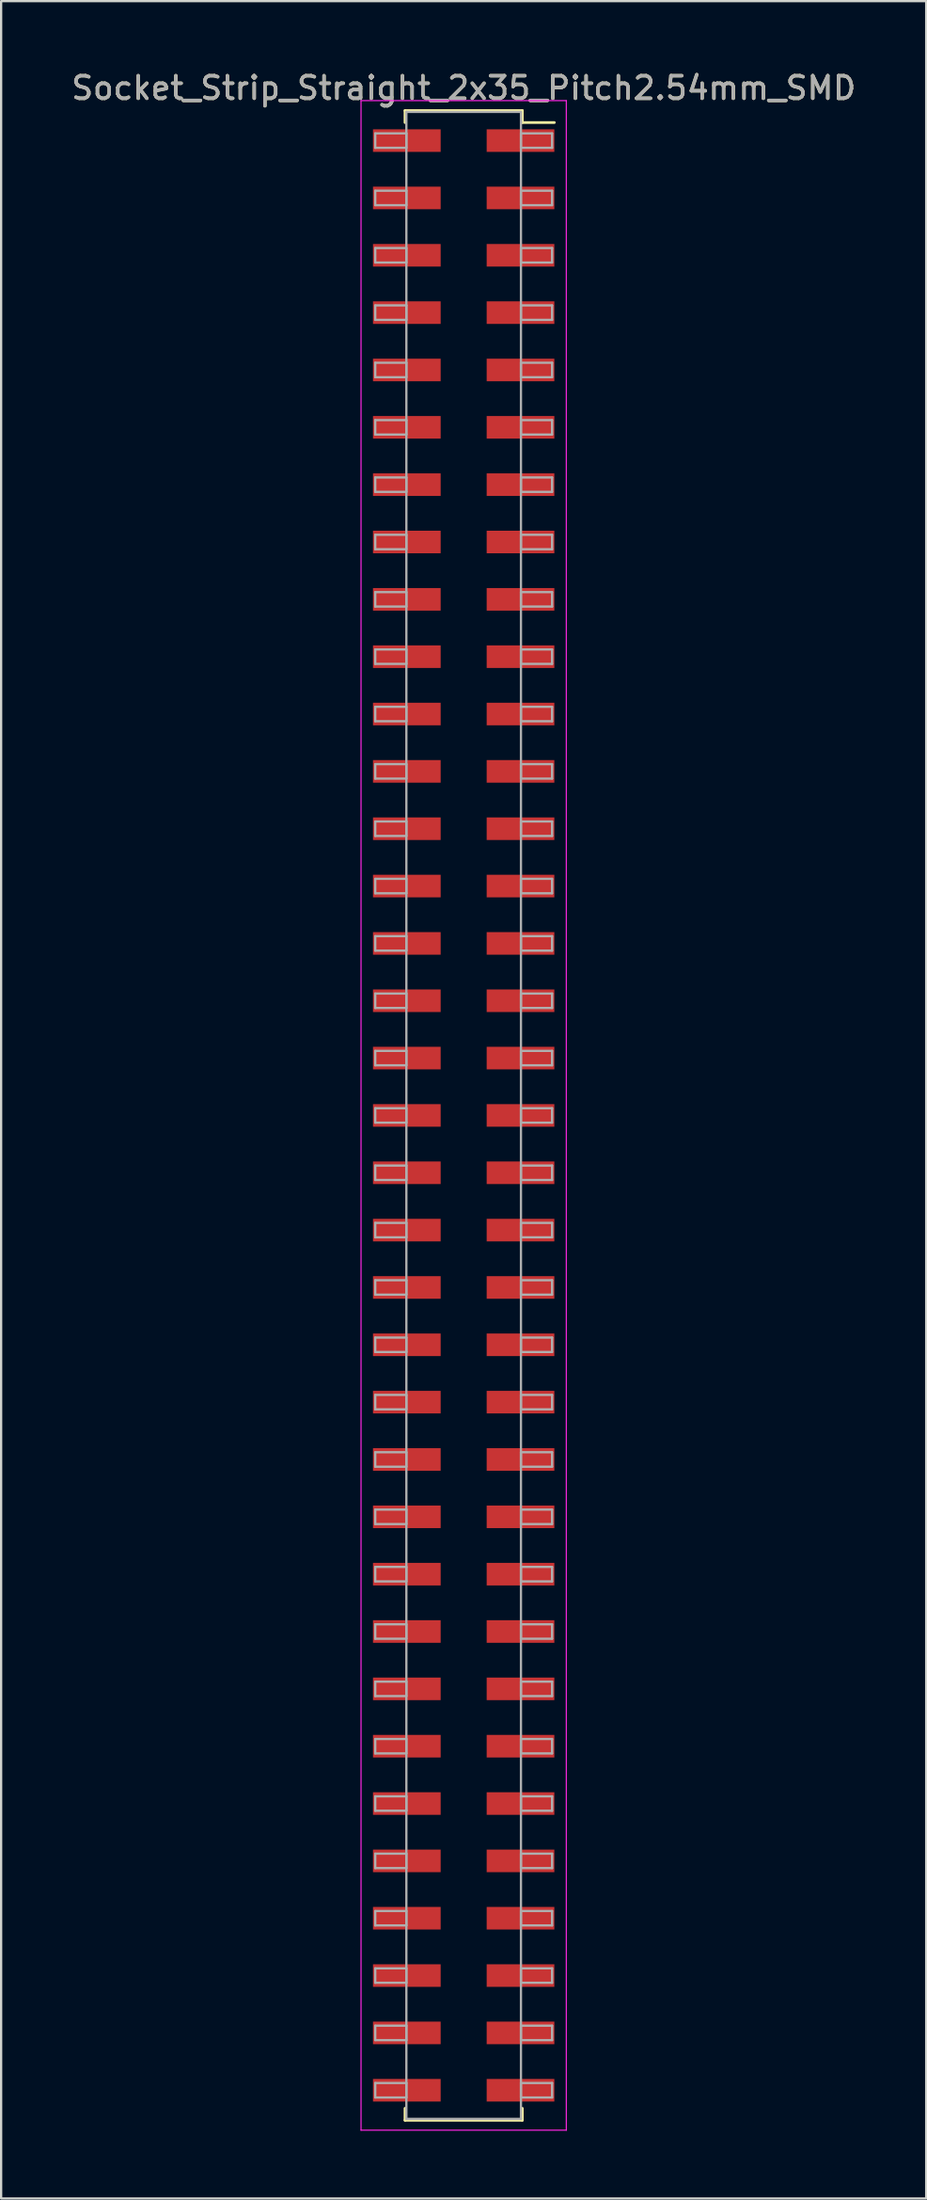
<source format=kicad_pcb>
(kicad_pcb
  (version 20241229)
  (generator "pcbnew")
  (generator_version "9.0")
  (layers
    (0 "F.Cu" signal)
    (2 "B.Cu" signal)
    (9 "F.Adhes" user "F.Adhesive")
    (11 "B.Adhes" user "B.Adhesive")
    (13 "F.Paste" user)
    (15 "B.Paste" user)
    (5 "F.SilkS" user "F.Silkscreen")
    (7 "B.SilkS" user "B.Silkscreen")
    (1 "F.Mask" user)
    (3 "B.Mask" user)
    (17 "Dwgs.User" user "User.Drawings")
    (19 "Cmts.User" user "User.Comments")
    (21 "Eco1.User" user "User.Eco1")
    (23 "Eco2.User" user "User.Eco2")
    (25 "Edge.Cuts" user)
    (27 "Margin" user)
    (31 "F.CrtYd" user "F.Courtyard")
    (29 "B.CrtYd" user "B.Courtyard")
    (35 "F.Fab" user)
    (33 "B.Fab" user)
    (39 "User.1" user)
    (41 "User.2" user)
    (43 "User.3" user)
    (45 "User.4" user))
  (footprint "Socket_Strip_Straight_2x35_Pitch2.54mm_SMD"
    (layer "F.Cu")
    (at 17.506 46.358)
    (property "Reference" "Socket_Strip_Straight_2x35_Pitch2.54mm_SMD" (at 0 -45.51 0) (layer "F.SilkS") (effects (font (size 1 1) (thickness 0.15))))
    (attr smd)
    (fp_line (start -2.6 -44.51) (end 2.6 -44.51) (stroke (width 0.12) (type solid)) (layer "F.SilkS"))
    (fp_line (start -2.6 -43.98) (end -2.6 -44.51) (stroke (width 0.12) (type solid)) (layer "F.SilkS"))
    (fp_line (start -2.6 43.98) (end -2.6 44.51) (stroke (width 0.12) (type solid)) (layer "F.SilkS"))
    (fp_line (start -2.6 44.51) (end 2.6 44.51) (stroke (width 0.12) (type solid)) (layer "F.SilkS"))
    (fp_line (start 2.6 -44.51) (end 2.6 -43.98) (stroke (width 0.12) (type solid)) (layer "F.SilkS"))
    (fp_line (start 2.6 44.51) (end 2.6 43.98) (stroke (width 0.12) (type solid)) (layer "F.SilkS"))
    (fp_line (start 4.02 -43.98) (end 2.6 -43.98) (stroke (width 0.12) (type solid)) (layer "F.SilkS"))
    (fp_line (start -4.55 -44.95) (end -4.55 44.95) (stroke (width 0.05) (type solid)) (layer "F.CrtYd"))
    (fp_line (start -4.55 44.95) (end 4.55 44.95) (stroke (width 0.05) (type solid)) (layer "F.CrtYd"))
    (fp_line (start 4.55 -44.95) (end -4.55 -44.95) (stroke (width 0.05) (type solid)) (layer "F.CrtYd"))
    (fp_line (start 4.55 44.95) (end 4.55 -44.95) (stroke (width 0.05) (type solid)) (layer "F.CrtYd"))
    (fp_line (start -3.92 -43.5) (end -2.54 -43.5) (stroke (width 0.1) (type solid)) (layer "F.Fab"))
    (fp_line (start -3.92 -42.86) (end -3.92 -43.5) (stroke (width 0.1) (type solid)) (layer "F.Fab"))
    (fp_line (start -3.92 -40.96) (end -2.54 -40.96) (stroke (width 0.1) (type solid)) (layer "F.Fab"))
    (fp_line (start -3.92 -40.32) (end -3.92 -40.96) (stroke (width 0.1) (type solid)) (layer "F.Fab"))
    (fp_line (start -3.92 -38.42) (end -2.54 -38.42) (stroke (width 0.1) (type solid)) (layer "F.Fab"))
    (fp_line (start -3.92 -37.78) (end -3.92 -38.42) (stroke (width 0.1) (type solid)) (layer "F.Fab"))
    (fp_line (start -3.92 -35.88) (end -2.54 -35.88) (stroke (width 0.1) (type solid)) (layer "F.Fab"))
    (fp_line (start -3.92 -35.24) (end -3.92 -35.88) (stroke (width 0.1) (type solid)) (layer "F.Fab"))
    (fp_line (start -3.92 -33.34) (end -2.54 -33.34) (stroke (width 0.1) (type solid)) (layer "F.Fab"))
    (fp_line (start -3.92 -32.7) (end -3.92 -33.34) (stroke (width 0.1) (type solid)) (layer "F.Fab"))
    (fp_line (start -3.92 -30.8) (end -2.54 -30.8) (stroke (width 0.1) (type solid)) (layer "F.Fab"))
    (fp_line (start -3.92 -30.16) (end -3.92 -30.8) (stroke (width 0.1) (type solid)) (layer "F.Fab"))
    (fp_line (start -3.92 -28.26) (end -2.54 -28.26) (stroke (width 0.1) (type solid)) (layer "F.Fab"))
    (fp_line (start -3.92 -27.62) (end -3.92 -28.26) (stroke (width 0.1) (type solid)) (layer "F.Fab"))
    (fp_line (start -3.92 -25.72) (end -2.54 -25.72) (stroke (width 0.1) (type solid)) (layer "F.Fab"))
    (fp_line (start -3.92 -25.08) (end -3.92 -25.72) (stroke (width 0.1) (type solid)) (layer "F.Fab"))
    (fp_line (start -3.92 -23.18) (end -2.54 -23.18) (stroke (width 0.1) (type solid)) (layer "F.Fab"))
    (fp_line (start -3.92 -22.54) (end -3.92 -23.18) (stroke (width 0.1) (type solid)) (layer "F.Fab"))
    (fp_line (start -3.92 -20.64) (end -2.54 -20.64) (stroke (width 0.1) (type solid)) (layer "F.Fab"))
    (fp_line (start -3.92 -20) (end -3.92 -20.64) (stroke (width 0.1) (type solid)) (layer "F.Fab"))
    (fp_line (start -3.92 -18.1) (end -2.54 -18.1) (stroke (width 0.1) (type solid)) (layer "F.Fab"))
    (fp_line (start -3.92 -17.46) (end -3.92 -18.1) (stroke (width 0.1) (type solid)) (layer "F.Fab"))
    (fp_line (start -3.92 -15.56) (end -2.54 -15.56) (stroke (width 0.1) (type solid)) (layer "F.Fab"))
    (fp_line (start -3.92 -14.92) (end -3.92 -15.56) (stroke (width 0.1) (type solid)) (layer "F.Fab"))
    (fp_line (start -3.92 -13.02) (end -2.54 -13.02) (stroke (width 0.1) (type solid)) (layer "F.Fab"))
    (fp_line (start -3.92 -12.38) (end -3.92 -13.02) (stroke (width 0.1) (type solid)) (layer "F.Fab"))
    (fp_line (start -3.92 -10.48) (end -2.54 -10.48) (stroke (width 0.1) (type solid)) (layer "F.Fab"))
    (fp_line (start -3.92 -9.84) (end -3.92 -10.48) (stroke (width 0.1) (type solid)) (layer "F.Fab"))
    (fp_line (start -3.92 -7.94) (end -2.54 -7.94) (stroke (width 0.1) (type solid)) (layer "F.Fab"))
    (fp_line (start -3.92 -7.3) (end -3.92 -7.94) (stroke (width 0.1) (type solid)) (layer "F.Fab"))
    (fp_line (start -3.92 -5.4) (end -2.54 -5.4) (stroke (width 0.1) (type solid)) (layer "F.Fab"))
    (fp_line (start -3.92 -4.76) (end -3.92 -5.4) (stroke (width 0.1) (type solid)) (layer "F.Fab"))
    (fp_line (start -3.92 -2.86) (end -2.54 -2.86) (stroke (width 0.1) (type solid)) (layer "F.Fab"))
    (fp_line (start -3.92 -2.22) (end -3.92 -2.86) (stroke (width 0.1) (type solid)) (layer "F.Fab"))
    (fp_line (start -3.92 -0.32) (end -2.54 -0.32) (stroke (width 0.1) (type solid)) (layer "F.Fab"))
    (fp_line (start -3.92 0.32) (end -3.92 -0.32) (stroke (width 0.1) (type solid)) (layer "F.Fab"))
    (fp_line (start -3.92 2.22) (end -2.54 2.22) (stroke (width 0.1) (type solid)) (layer "F.Fab"))
    (fp_line (start -3.92 2.86) (end -3.92 2.22) (stroke (width 0.1) (type solid)) (layer "F.Fab"))
    (fp_line (start -3.92 4.76) (end -2.54 4.76) (stroke (width 0.1) (type solid)) (layer "F.Fab"))
    (fp_line (start -3.92 5.4) (end -3.92 4.76) (stroke (width 0.1) (type solid)) (layer "F.Fab"))
    (fp_line (start -3.92 7.3) (end -2.54 7.3) (stroke (width 0.1) (type solid)) (layer "F.Fab"))
    (fp_line (start -3.92 7.94) (end -3.92 7.3) (stroke (width 0.1) (type solid)) (layer "F.Fab"))
    (fp_line (start -3.92 9.84) (end -2.54 9.84) (stroke (width 0.1) (type solid)) (layer "F.Fab"))
    (fp_line (start -3.92 10.48) (end -3.92 9.84) (stroke (width 0.1) (type solid)) (layer "F.Fab"))
    (fp_line (start -3.92 12.38) (end -2.54 12.38) (stroke (width 0.1) (type solid)) (layer "F.Fab"))
    (fp_line (start -3.92 13.02) (end -3.92 12.38) (stroke (width 0.1) (type solid)) (layer "F.Fab"))
    (fp_line (start -3.92 14.92) (end -2.54 14.92) (stroke (width 0.1) (type solid)) (layer "F.Fab"))
    (fp_line (start -3.92 15.56) (end -3.92 14.92) (stroke (width 0.1) (type solid)) (layer "F.Fab"))
    (fp_line (start -3.92 17.46) (end -2.54 17.46) (stroke (width 0.1) (type solid)) (layer "F.Fab"))
    (fp_line (start -3.92 18.1) (end -3.92 17.46) (stroke (width 0.1) (type solid)) (layer "F.Fab"))
    (fp_line (start -3.92 20) (end -2.54 20) (stroke (width 0.1) (type solid)) (layer "F.Fab"))
    (fp_line (start -3.92 20.64) (end -3.92 20) (stroke (width 0.1) (type solid)) (layer "F.Fab"))
    (fp_line (start -3.92 22.54) (end -2.54 22.54) (stroke (width 0.1) (type solid)) (layer "F.Fab"))
    (fp_line (start -3.92 23.18) (end -3.92 22.54) (stroke (width 0.1) (type solid)) (layer "F.Fab"))
    (fp_line (start -3.92 25.08) (end -2.54 25.08) (stroke (width 0.1) (type solid)) (layer "F.Fab"))
    (fp_line (start -3.92 25.72) (end -3.92 25.08) (stroke (width 0.1) (type solid)) (layer "F.Fab"))
    (fp_line (start -3.92 27.62) (end -2.54 27.62) (stroke (width 0.1) (type solid)) (layer "F.Fab"))
    (fp_line (start -3.92 28.26) (end -3.92 27.62) (stroke (width 0.1) (type solid)) (layer "F.Fab"))
    (fp_line (start -3.92 30.16) (end -2.54 30.16) (stroke (width 0.1) (type solid)) (layer "F.Fab"))
    (fp_line (start -3.92 30.8) (end -3.92 30.16) (stroke (width 0.1) (type solid)) (layer "F.Fab"))
    (fp_line (start -3.92 32.7) (end -2.54 32.7) (stroke (width 0.1) (type solid)) (layer "F.Fab"))
    (fp_line (start -3.92 33.34) (end -3.92 32.7) (stroke (width 0.1) (type solid)) (layer "F.Fab"))
    (fp_line (start -3.92 35.24) (end -2.54 35.24) (stroke (width 0.1) (type solid)) (layer "F.Fab"))
    (fp_line (start -3.92 35.88) (end -3.92 35.24) (stroke (width 0.1) (type solid)) (layer "F.Fab"))
    (fp_line (start -3.92 37.78) (end -2.54 37.78) (stroke (width 0.1) (type solid)) (layer "F.Fab"))
    (fp_line (start -3.92 38.42) (end -3.92 37.78) (stroke (width 0.1) (type solid)) (layer "F.Fab"))
    (fp_line (start -3.92 40.32) (end -2.54 40.32) (stroke (width 0.1) (type solid)) (layer "F.Fab"))
    (fp_line (start -3.92 40.96) (end -3.92 40.32) (stroke (width 0.1) (type solid)) (layer "F.Fab"))
    (fp_line (start -3.92 42.86) (end -2.54 42.86) (stroke (width 0.1) (type solid)) (layer "F.Fab"))
    (fp_line (start -3.92 43.5) (end -3.92 42.86) (stroke (width 0.1) (type solid)) (layer "F.Fab"))
    (fp_line (start -2.54 -44.45) (end -2.54 44.45) (stroke (width 0.1) (type solid)) (layer "F.Fab"))
    (fp_line (start -2.54 -43.5) (end -2.54 -42.86) (stroke (width 0.1) (type solid)) (layer "F.Fab"))
    (fp_line (start -2.54 -42.86) (end -3.92 -42.86) (stroke (width 0.1) (type solid)) (layer "F.Fab"))
    (fp_line (start -2.54 -40.96) (end -2.54 -40.32) (stroke (width 0.1) (type solid)) (layer "F.Fab"))
    (fp_line (start -2.54 -40.32) (end -3.92 -40.32) (stroke (width 0.1) (type solid)) (layer "F.Fab"))
    (fp_line (start -2.54 -38.42) (end -2.54 -37.78) (stroke (width 0.1) (type solid)) (layer "F.Fab"))
    (fp_line (start -2.54 -37.78) (end -3.92 -37.78) (stroke (width 0.1) (type solid)) (layer "F.Fab"))
    (fp_line (start -2.54 -35.88) (end -2.54 -35.24) (stroke (width 0.1) (type solid)) (layer "F.Fab"))
    (fp_line (start -2.54 -35.24) (end -3.92 -35.24) (stroke (width 0.1) (type solid)) (layer "F.Fab"))
    (fp_line (start -2.54 -33.34) (end -2.54 -32.7) (stroke (width 0.1) (type solid)) (layer "F.Fab"))
    (fp_line (start -2.54 -32.7) (end -3.92 -32.7) (stroke (width 0.1) (type solid)) (layer "F.Fab"))
    (fp_line (start -2.54 -30.8) (end -2.54 -30.16) (stroke (width 0.1) (type solid)) (layer "F.Fab"))
    (fp_line (start -2.54 -30.16) (end -3.92 -30.16) (stroke (width 0.1) (type solid)) (layer "F.Fab"))
    (fp_line (start -2.54 -28.26) (end -2.54 -27.62) (stroke (width 0.1) (type solid)) (layer "F.Fab"))
    (fp_line (start -2.54 -27.62) (end -3.92 -27.62) (stroke (width 0.1) (type solid)) (layer "F.Fab"))
    (fp_line (start -2.54 -25.72) (end -2.54 -25.08) (stroke (width 0.1) (type solid)) (layer "F.Fab"))
    (fp_line (start -2.54 -25.08) (end -3.92 -25.08) (stroke (width 0.1) (type solid)) (layer "F.Fab"))
    (fp_line (start -2.54 -23.18) (end -2.54 -22.54) (stroke (width 0.1) (type solid)) (layer "F.Fab"))
    (fp_line (start -2.54 -22.54) (end -3.92 -22.54) (stroke (width 0.1) (type solid)) (layer "F.Fab"))
    (fp_line (start -2.54 -20.64) (end -2.54 -20) (stroke (width 0.1) (type solid)) (layer "F.Fab"))
    (fp_line (start -2.54 -20) (end -3.92 -20) (stroke (width 0.1) (type solid)) (layer "F.Fab"))
    (fp_line (start -2.54 -18.1) (end -2.54 -17.46) (stroke (width 0.1) (type solid)) (layer "F.Fab"))
    (fp_line (start -2.54 -17.46) (end -3.92 -17.46) (stroke (width 0.1) (type solid)) (layer "F.Fab"))
    (fp_line (start -2.54 -15.56) (end -2.54 -14.92) (stroke (width 0.1) (type solid)) (layer "F.Fab"))
    (fp_line (start -2.54 -14.92) (end -3.92 -14.92) (stroke (width 0.1) (type solid)) (layer "F.Fab"))
    (fp_line (start -2.54 -13.02) (end -2.54 -12.38) (stroke (width 0.1) (type solid)) (layer "F.Fab"))
    (fp_line (start -2.54 -12.38) (end -3.92 -12.38) (stroke (width 0.1) (type solid)) (layer "F.Fab"))
    (fp_line (start -2.54 -10.48) (end -2.54 -9.84) (stroke (width 0.1) (type solid)) (layer "F.Fab"))
    (fp_line (start -2.54 -9.84) (end -3.92 -9.84) (stroke (width 0.1) (type solid)) (layer "F.Fab"))
    (fp_line (start -2.54 -7.94) (end -2.54 -7.3) (stroke (width 0.1) (type solid)) (layer "F.Fab"))
    (fp_line (start -2.54 -7.3) (end -3.92 -7.3) (stroke (width 0.1) (type solid)) (layer "F.Fab"))
    (fp_line (start -2.54 -5.4) (end -2.54 -4.76) (stroke (width 0.1) (type solid)) (layer "F.Fab"))
    (fp_line (start -2.54 -4.76) (end -3.92 -4.76) (stroke (width 0.1) (type solid)) (layer "F.Fab"))
    (fp_line (start -2.54 -2.86) (end -2.54 -2.22) (stroke (width 0.1) (type solid)) (layer "F.Fab"))
    (fp_line (start -2.54 -2.22) (end -3.92 -2.22) (stroke (width 0.1) (type solid)) (layer "F.Fab"))
    (fp_line (start -2.54 -0.32) (end -2.54 0.32) (stroke (width 0.1) (type solid)) (layer "F.Fab"))
    (fp_line (start -2.54 0.32) (end -3.92 0.32) (stroke (width 0.1) (type solid)) (layer "F.Fab"))
    (fp_line (start -2.54 2.22) (end -2.54 2.86) (stroke (width 0.1) (type solid)) (layer "F.Fab"))
    (fp_line (start -2.54 2.86) (end -3.92 2.86) (stroke (width 0.1) (type solid)) (layer "F.Fab"))
    (fp_line (start -2.54 4.76) (end -2.54 5.4) (stroke (width 0.1) (type solid)) (layer "F.Fab"))
    (fp_line (start -2.54 5.4) (end -3.92 5.4) (stroke (width 0.1) (type solid)) (layer "F.Fab"))
    (fp_line (start -2.54 7.3) (end -2.54 7.94) (stroke (width 0.1) (type solid)) (layer "F.Fab"))
    (fp_line (start -2.54 7.94) (end -3.92 7.94) (stroke (width 0.1) (type solid)) (layer "F.Fab"))
    (fp_line (start -2.54 9.84) (end -2.54 10.48) (stroke (width 0.1) (type solid)) (layer "F.Fab"))
    (fp_line (start -2.54 10.48) (end -3.92 10.48) (stroke (width 0.1) (type solid)) (layer "F.Fab"))
    (fp_line (start -2.54 12.38) (end -2.54 13.02) (stroke (width 0.1) (type solid)) (layer "F.Fab"))
    (fp_line (start -2.54 13.02) (end -3.92 13.02) (stroke (width 0.1) (type solid)) (layer "F.Fab"))
    (fp_line (start -2.54 14.92) (end -2.54 15.56) (stroke (width 0.1) (type solid)) (layer "F.Fab"))
    (fp_line (start -2.54 15.56) (end -3.92 15.56) (stroke (width 0.1) (type solid)) (layer "F.Fab"))
    (fp_line (start -2.54 17.46) (end -2.54 18.1) (stroke (width 0.1) (type solid)) (layer "F.Fab"))
    (fp_line (start -2.54 18.1) (end -3.92 18.1) (stroke (width 0.1) (type solid)) (layer "F.Fab"))
    (fp_line (start -2.54 20) (end -2.54 20.64) (stroke (width 0.1) (type solid)) (layer "F.Fab"))
    (fp_line (start -2.54 20.64) (end -3.92 20.64) (stroke (width 0.1) (type solid)) (layer "F.Fab"))
    (fp_line (start -2.54 22.54) (end -2.54 23.18) (stroke (width 0.1) (type solid)) (layer "F.Fab"))
    (fp_line (start -2.54 23.18) (end -3.92 23.18) (stroke (width 0.1) (type solid)) (layer "F.Fab"))
    (fp_line (start -2.54 25.08) (end -2.54 25.72) (stroke (width 0.1) (type solid)) (layer "F.Fab"))
    (fp_line (start -2.54 25.72) (end -3.92 25.72) (stroke (width 0.1) (type solid)) (layer "F.Fab"))
    (fp_line (start -2.54 27.62) (end -2.54 28.26) (stroke (width 0.1) (type solid)) (layer "F.Fab"))
    (fp_line (start -2.54 28.26) (end -3.92 28.26) (stroke (width 0.1) (type solid)) (layer "F.Fab"))
    (fp_line (start -2.54 30.16) (end -2.54 30.8) (stroke (width 0.1) (type solid)) (layer "F.Fab"))
    (fp_line (start -2.54 30.8) (end -3.92 30.8) (stroke (width 0.1) (type solid)) (layer "F.Fab"))
    (fp_line (start -2.54 32.7) (end -2.54 33.34) (stroke (width 0.1) (type solid)) (layer "F.Fab"))
    (fp_line (start -2.54 33.34) (end -3.92 33.34) (stroke (width 0.1) (type solid)) (layer "F.Fab"))
    (fp_line (start -2.54 35.24) (end -2.54 35.88) (stroke (width 0.1) (type solid)) (layer "F.Fab"))
    (fp_line (start -2.54 35.88) (end -3.92 35.88) (stroke (width 0.1) (type solid)) (layer "F.Fab"))
    (fp_line (start -2.54 37.78) (end -2.54 38.42) (stroke (width 0.1) (type solid)) (layer "F.Fab"))
    (fp_line (start -2.54 38.42) (end -3.92 38.42) (stroke (width 0.1) (type solid)) (layer "F.Fab"))
    (fp_line (start -2.54 40.32) (end -2.54 40.96) (stroke (width 0.1) (type solid)) (layer "F.Fab"))
    (fp_line (start -2.54 40.96) (end -3.92 40.96) (stroke (width 0.1) (type solid)) (layer "F.Fab"))
    (fp_line (start -2.54 42.86) (end -2.54 43.5) (stroke (width 0.1) (type solid)) (layer "F.Fab"))
    (fp_line (start -2.54 43.5) (end -3.92 43.5) (stroke (width 0.1) (type solid)) (layer "F.Fab"))
    (fp_line (start -2.54 44.45) (end 2.54 44.45) (stroke (width 0.1) (type solid)) (layer "F.Fab"))
    (fp_line (start 2.54 -44.45) (end -2.54 -44.45) (stroke (width 0.1) (type solid)) (layer "F.Fab"))
    (fp_line (start 2.54 -43.5) (end 2.54 -42.86) (stroke (width 0.1) (type solid)) (layer "F.Fab"))
    (fp_line (start 2.54 -42.86) (end 3.92 -42.86) (stroke (width 0.1) (type solid)) (layer "F.Fab"))
    (fp_line (start 2.54 -40.96) (end 2.54 -40.32) (stroke (width 0.1) (type solid)) (layer "F.Fab"))
    (fp_line (start 2.54 -40.32) (end 3.92 -40.32) (stroke (width 0.1) (type solid)) (layer "F.Fab"))
    (fp_line (start 2.54 -38.42) (end 2.54 -37.78) (stroke (width 0.1) (type solid)) (layer "F.Fab"))
    (fp_line (start 2.54 -37.78) (end 3.92 -37.78) (stroke (width 0.1) (type solid)) (layer "F.Fab"))
    (fp_line (start 2.54 -35.88) (end 2.54 -35.24) (stroke (width 0.1) (type solid)) (layer "F.Fab"))
    (fp_line (start 2.54 -35.24) (end 3.92 -35.24) (stroke (width 0.1) (type solid)) (layer "F.Fab"))
    (fp_line (start 2.54 -33.34) (end 2.54 -32.7) (stroke (width 0.1) (type solid)) (layer "F.Fab"))
    (fp_line (start 2.54 -32.7) (end 3.92 -32.7) (stroke (width 0.1) (type solid)) (layer "F.Fab"))
    (fp_line (start 2.54 -30.8) (end 2.54 -30.16) (stroke (width 0.1) (type solid)) (layer "F.Fab"))
    (fp_line (start 2.54 -30.16) (end 3.92 -30.16) (stroke (width 0.1) (type solid)) (layer "F.Fab"))
    (fp_line (start 2.54 -28.26) (end 2.54 -27.62) (stroke (width 0.1) (type solid)) (layer "F.Fab"))
    (fp_line (start 2.54 -27.62) (end 3.92 -27.62) (stroke (width 0.1) (type solid)) (layer "F.Fab"))
    (fp_line (start 2.54 -25.72) (end 2.54 -25.08) (stroke (width 0.1) (type solid)) (layer "F.Fab"))
    (fp_line (start 2.54 -25.08) (end 3.92 -25.08) (stroke (width 0.1) (type solid)) (layer "F.Fab"))
    (fp_line (start 2.54 -23.18) (end 2.54 -22.54) (stroke (width 0.1) (type solid)) (layer "F.Fab"))
    (fp_line (start 2.54 -22.54) (end 3.92 -22.54) (stroke (width 0.1) (type solid)) (layer "F.Fab"))
    (fp_line (start 2.54 -20.64) (end 2.54 -20) (stroke (width 0.1) (type solid)) (layer "F.Fab"))
    (fp_line (start 2.54 -20) (end 3.92 -20) (stroke (width 0.1) (type solid)) (layer "F.Fab"))
    (fp_line (start 2.54 -18.1) (end 2.54 -17.46) (stroke (width 0.1) (type solid)) (layer "F.Fab"))
    (fp_line (start 2.54 -17.46) (end 3.92 -17.46) (stroke (width 0.1) (type solid)) (layer "F.Fab"))
    (fp_line (start 2.54 -15.56) (end 2.54 -14.92) (stroke (width 0.1) (type solid)) (layer "F.Fab"))
    (fp_line (start 2.54 -14.92) (end 3.92 -14.92) (stroke (width 0.1) (type solid)) (layer "F.Fab"))
    (fp_line (start 2.54 -13.02) (end 2.54 -12.38) (stroke (width 0.1) (type solid)) (layer "F.Fab"))
    (fp_line (start 2.54 -12.38) (end 3.92 -12.38) (stroke (width 0.1) (type solid)) (layer "F.Fab"))
    (fp_line (start 2.54 -10.48) (end 2.54 -9.84) (stroke (width 0.1) (type solid)) (layer "F.Fab"))
    (fp_line (start 2.54 -9.84) (end 3.92 -9.84) (stroke (width 0.1) (type solid)) (layer "F.Fab"))
    (fp_line (start 2.54 -7.94) (end 2.54 -7.3) (stroke (width 0.1) (type solid)) (layer "F.Fab"))
    (fp_line (start 2.54 -7.3) (end 3.92 -7.3) (stroke (width 0.1) (type solid)) (layer "F.Fab"))
    (fp_line (start 2.54 -5.4) (end 2.54 -4.76) (stroke (width 0.1) (type solid)) (layer "F.Fab"))
    (fp_line (start 2.54 -4.76) (end 3.92 -4.76) (stroke (width 0.1) (type solid)) (layer "F.Fab"))
    (fp_line (start 2.54 -2.86) (end 2.54 -2.22) (stroke (width 0.1) (type solid)) (layer "F.Fab"))
    (fp_line (start 2.54 -2.22) (end 3.92 -2.22) (stroke (width 0.1) (type solid)) (layer "F.Fab"))
    (fp_line (start 2.54 -0.32) (end 2.54 0.32) (stroke (width 0.1) (type solid)) (layer "F.Fab"))
    (fp_line (start 2.54 0.32) (end 3.92 0.32) (stroke (width 0.1) (type solid)) (layer "F.Fab"))
    (fp_line (start 2.54 2.22) (end 2.54 2.86) (stroke (width 0.1) (type solid)) (layer "F.Fab"))
    (fp_line (start 2.54 2.86) (end 3.92 2.86) (stroke (width 0.1) (type solid)) (layer "F.Fab"))
    (fp_line (start 2.54 4.76) (end 2.54 5.4) (stroke (width 0.1) (type solid)) (layer "F.Fab"))
    (fp_line (start 2.54 5.4) (end 3.92 5.4) (stroke (width 0.1) (type solid)) (layer "F.Fab"))
    (fp_line (start 2.54 7.3) (end 2.54 7.94) (stroke (width 0.1) (type solid)) (layer "F.Fab"))
    (fp_line (start 2.54 7.94) (end 3.92 7.94) (stroke (width 0.1) (type solid)) (layer "F.Fab"))
    (fp_line (start 2.54 9.84) (end 2.54 10.48) (stroke (width 0.1) (type solid)) (layer "F.Fab"))
    (fp_line (start 2.54 10.48) (end 3.92 10.48) (stroke (width 0.1) (type solid)) (layer "F.Fab"))
    (fp_line (start 2.54 12.38) (end 2.54 13.02) (stroke (width 0.1) (type solid)) (layer "F.Fab"))
    (fp_line (start 2.54 13.02) (end 3.92 13.02) (stroke (width 0.1) (type solid)) (layer "F.Fab"))
    (fp_line (start 2.54 14.92) (end 2.54 15.56) (stroke (width 0.1) (type solid)) (layer "F.Fab"))
    (fp_line (start 2.54 15.56) (end 3.92 15.56) (stroke (width 0.1) (type solid)) (layer "F.Fab"))
    (fp_line (start 2.54 17.46) (end 2.54 18.1) (stroke (width 0.1) (type solid)) (layer "F.Fab"))
    (fp_line (start 2.54 18.1) (end 3.92 18.1) (stroke (width 0.1) (type solid)) (layer "F.Fab"))
    (fp_line (start 2.54 20) (end 2.54 20.64) (stroke (width 0.1) (type solid)) (layer "F.Fab"))
    (fp_line (start 2.54 20.64) (end 3.92 20.64) (stroke (width 0.1) (type solid)) (layer "F.Fab"))
    (fp_line (start 2.54 22.54) (end 2.54 23.18) (stroke (width 0.1) (type solid)) (layer "F.Fab"))
    (fp_line (start 2.54 23.18) (end 3.92 23.18) (stroke (width 0.1) (type solid)) (layer "F.Fab"))
    (fp_line (start 2.54 25.08) (end 2.54 25.72) (stroke (width 0.1) (type solid)) (layer "F.Fab"))
    (fp_line (start 2.54 25.72) (end 3.92 25.72) (stroke (width 0.1) (type solid)) (layer "F.Fab"))
    (fp_line (start 2.54 27.62) (end 2.54 28.26) (stroke (width 0.1) (type solid)) (layer "F.Fab"))
    (fp_line (start 2.54 28.26) (end 3.92 28.26) (stroke (width 0.1) (type solid)) (layer "F.Fab"))
    (fp_line (start 2.54 30.16) (end 2.54 30.8) (stroke (width 0.1) (type solid)) (layer "F.Fab"))
    (fp_line (start 2.54 30.8) (end 3.92 30.8) (stroke (width 0.1) (type solid)) (layer "F.Fab"))
    (fp_line (start 2.54 32.7) (end 2.54 33.34) (stroke (width 0.1) (type solid)) (layer "F.Fab"))
    (fp_line (start 2.54 33.34) (end 3.92 33.34) (stroke (width 0.1) (type solid)) (layer "F.Fab"))
    (fp_line (start 2.54 35.24) (end 2.54 35.88) (stroke (width 0.1) (type solid)) (layer "F.Fab"))
    (fp_line (start 2.54 35.88) (end 3.92 35.88) (stroke (width 0.1) (type solid)) (layer "F.Fab"))
    (fp_line (start 2.54 37.78) (end 2.54 38.42) (stroke (width 0.1) (type solid)) (layer "F.Fab"))
    (fp_line (start 2.54 38.42) (end 3.92 38.42) (stroke (width 0.1) (type solid)) (layer "F.Fab"))
    (fp_line (start 2.54 40.32) (end 2.54 40.96) (stroke (width 0.1) (type solid)) (layer "F.Fab"))
    (fp_line (start 2.54 40.96) (end 3.92 40.96) (stroke (width 0.1) (type solid)) (layer "F.Fab"))
    (fp_line (start 2.54 42.86) (end 2.54 43.5) (stroke (width 0.1) (type solid)) (layer "F.Fab"))
    (fp_line (start 2.54 43.5) (end 3.92 43.5) (stroke (width 0.1) (type solid)) (layer "F.Fab"))
    (fp_line (start 2.54 44.45) (end 2.54 -44.45) (stroke (width 0.1) (type solid)) (layer "F.Fab"))
    (fp_line (start 3.92 -43.5) (end 2.54 -43.5) (stroke (width 0.1) (type solid)) (layer "F.Fab"))
    (fp_line (start 3.92 -42.86) (end 3.92 -43.5) (stroke (width 0.1) (type solid)) (layer "F.Fab"))
    (fp_line (start 3.92 -40.96) (end 2.54 -40.96) (stroke (width 0.1) (type solid)) (layer "F.Fab"))
    (fp_line (start 3.92 -40.32) (end 3.92 -40.96) (stroke (width 0.1) (type solid)) (layer "F.Fab"))
    (fp_line (start 3.92 -38.42) (end 2.54 -38.42) (stroke (width 0.1) (type solid)) (layer "F.Fab"))
    (fp_line (start 3.92 -37.78) (end 3.92 -38.42) (stroke (width 0.1) (type solid)) (layer "F.Fab"))
    (fp_line (start 3.92 -35.88) (end 2.54 -35.88) (stroke (width 0.1) (type solid)) (layer "F.Fab"))
    (fp_line (start 3.92 -35.24) (end 3.92 -35.88) (stroke (width 0.1) (type solid)) (layer "F.Fab"))
    (fp_line (start 3.92 -33.34) (end 2.54 -33.34) (stroke (width 0.1) (type solid)) (layer "F.Fab"))
    (fp_line (start 3.92 -32.7) (end 3.92 -33.34) (stroke (width 0.1) (type solid)) (layer "F.Fab"))
    (fp_line (start 3.92 -30.8) (end 2.54 -30.8) (stroke (width 0.1) (type solid)) (layer "F.Fab"))
    (fp_line (start 3.92 -30.16) (end 3.92 -30.8) (stroke (width 0.1) (type solid)) (layer "F.Fab"))
    (fp_line (start 3.92 -28.26) (end 2.54 -28.26) (stroke (width 0.1) (type solid)) (layer "F.Fab"))
    (fp_line (start 3.92 -27.62) (end 3.92 -28.26) (stroke (width 0.1) (type solid)) (layer "F.Fab"))
    (fp_line (start 3.92 -25.72) (end 2.54 -25.72) (stroke (width 0.1) (type solid)) (layer "F.Fab"))
    (fp_line (start 3.92 -25.08) (end 3.92 -25.72) (stroke (width 0.1) (type solid)) (layer "F.Fab"))
    (fp_line (start 3.92 -23.18) (end 2.54 -23.18) (stroke (width 0.1) (type solid)) (layer "F.Fab"))
    (fp_line (start 3.92 -22.54) (end 3.92 -23.18) (stroke (width 0.1) (type solid)) (layer "F.Fab"))
    (fp_line (start 3.92 -20.64) (end 2.54 -20.64) (stroke (width 0.1) (type solid)) (layer "F.Fab"))
    (fp_line (start 3.92 -20) (end 3.92 -20.64) (stroke (width 0.1) (type solid)) (layer "F.Fab"))
    (fp_line (start 3.92 -18.1) (end 2.54 -18.1) (stroke (width 0.1) (type solid)) (layer "F.Fab"))
    (fp_line (start 3.92 -17.46) (end 3.92 -18.1) (stroke (width 0.1) (type solid)) (layer "F.Fab"))
    (fp_line (start 3.92 -15.56) (end 2.54 -15.56) (stroke (width 0.1) (type solid)) (layer "F.Fab"))
    (fp_line (start 3.92 -14.92) (end 3.92 -15.56) (stroke (width 0.1) (type solid)) (layer "F.Fab"))
    (fp_line (start 3.92 -13.02) (end 2.54 -13.02) (stroke (width 0.1) (type solid)) (layer "F.Fab"))
    (fp_line (start 3.92 -12.38) (end 3.92 -13.02) (stroke (width 0.1) (type solid)) (layer "F.Fab"))
    (fp_line (start 3.92 -10.48) (end 2.54 -10.48) (stroke (width 0.1) (type solid)) (layer "F.Fab"))
    (fp_line (start 3.92 -9.84) (end 3.92 -10.48) (stroke (width 0.1) (type solid)) (layer "F.Fab"))
    (fp_line (start 3.92 -7.94) (end 2.54 -7.94) (stroke (width 0.1) (type solid)) (layer "F.Fab"))
    (fp_line (start 3.92 -7.3) (end 3.92 -7.94) (stroke (width 0.1) (type solid)) (layer "F.Fab"))
    (fp_line (start 3.92 -5.4) (end 2.54 -5.4) (stroke (width 0.1) (type solid)) (layer "F.Fab"))
    (fp_line (start 3.92 -4.76) (end 3.92 -5.4) (stroke (width 0.1) (type solid)) (layer "F.Fab"))
    (fp_line (start 3.92 -2.86) (end 2.54 -2.86) (stroke (width 0.1) (type solid)) (layer "F.Fab"))
    (fp_line (start 3.92 -2.22) (end 3.92 -2.86) (stroke (width 0.1) (type solid)) (layer "F.Fab"))
    (fp_line (start 3.92 -0.32) (end 2.54 -0.32) (stroke (width 0.1) (type solid)) (layer "F.Fab"))
    (fp_line (start 3.92 0.32) (end 3.92 -0.32) (stroke (width 0.1) (type solid)) (layer "F.Fab"))
    (fp_line (start 3.92 2.22) (end 2.54 2.22) (stroke (width 0.1) (type solid)) (layer "F.Fab"))
    (fp_line (start 3.92 2.86) (end 3.92 2.22) (stroke (width 0.1) (type solid)) (layer "F.Fab"))
    (fp_line (start 3.92 4.76) (end 2.54 4.76) (stroke (width 0.1) (type solid)) (layer "F.Fab"))
    (fp_line (start 3.92 5.4) (end 3.92 4.76) (stroke (width 0.1) (type solid)) (layer "F.Fab"))
    (fp_line (start 3.92 7.3) (end 2.54 7.3) (stroke (width 0.1) (type solid)) (layer "F.Fab"))
    (fp_line (start 3.92 7.94) (end 3.92 7.3) (stroke (width 0.1) (type solid)) (layer "F.Fab"))
    (fp_line (start 3.92 9.84) (end 2.54 9.84) (stroke (width 0.1) (type solid)) (layer "F.Fab"))
    (fp_line (start 3.92 10.48) (end 3.92 9.84) (stroke (width 0.1) (type solid)) (layer "F.Fab"))
    (fp_line (start 3.92 12.38) (end 2.54 12.38) (stroke (width 0.1) (type solid)) (layer "F.Fab"))
    (fp_line (start 3.92 13.02) (end 3.92 12.38) (stroke (width 0.1) (type solid)) (layer "F.Fab"))
    (fp_line (start 3.92 14.92) (end 2.54 14.92) (stroke (width 0.1) (type solid)) (layer "F.Fab"))
    (fp_line (start 3.92 15.56) (end 3.92 14.92) (stroke (width 0.1) (type solid)) (layer "F.Fab"))
    (fp_line (start 3.92 17.46) (end 2.54 17.46) (stroke (width 0.1) (type solid)) (layer "F.Fab"))
    (fp_line (start 3.92 18.1) (end 3.92 17.46) (stroke (width 0.1) (type solid)) (layer "F.Fab"))
    (fp_line (start 3.92 20) (end 2.54 20) (stroke (width 0.1) (type solid)) (layer "F.Fab"))
    (fp_line (start 3.92 20.64) (end 3.92 20) (stroke (width 0.1) (type solid)) (layer "F.Fab"))
    (fp_line (start 3.92 22.54) (end 2.54 22.54) (stroke (width 0.1) (type solid)) (layer "F.Fab"))
    (fp_line (start 3.92 23.18) (end 3.92 22.54) (stroke (width 0.1) (type solid)) (layer "F.Fab"))
    (fp_line (start 3.92 25.08) (end 2.54 25.08) (stroke (width 0.1) (type solid)) (layer "F.Fab"))
    (fp_line (start 3.92 25.72) (end 3.92 25.08) (stroke (width 0.1) (type solid)) (layer "F.Fab"))
    (fp_line (start 3.92 27.62) (end 2.54 27.62) (stroke (width 0.1) (type solid)) (layer "F.Fab"))
    (fp_line (start 3.92 28.26) (end 3.92 27.62) (stroke (width 0.1) (type solid)) (layer "F.Fab"))
    (fp_line (start 3.92 30.16) (end 2.54 30.16) (stroke (width 0.1) (type solid)) (layer "F.Fab"))
    (fp_line (start 3.92 30.8) (end 3.92 30.16) (stroke (width 0.1) (type solid)) (layer "F.Fab"))
    (fp_line (start 3.92 32.7) (end 2.54 32.7) (stroke (width 0.1) (type solid)) (layer "F.Fab"))
    (fp_line (start 3.92 33.34) (end 3.92 32.7) (stroke (width 0.1) (type solid)) (layer "F.Fab"))
    (fp_line (start 3.92 35.24) (end 2.54 35.24) (stroke (width 0.1) (type solid)) (layer "F.Fab"))
    (fp_line (start 3.92 35.88) (end 3.92 35.24) (stroke (width 0.1) (type solid)) (layer "F.Fab"))
    (fp_line (start 3.92 37.78) (end 2.54 37.78) (stroke (width 0.1) (type solid)) (layer "F.Fab"))
    (fp_line (start 3.92 38.42) (end 3.92 37.78) (stroke (width 0.1) (type solid)) (layer "F.Fab"))
    (fp_line (start 3.92 40.32) (end 2.54 40.32) (stroke (width 0.1) (type solid)) (layer "F.Fab"))
    (fp_line (start 3.92 40.96) (end 3.92 40.32) (stroke (width 0.1) (type solid)) (layer "F.Fab"))
    (fp_line (start 3.92 42.86) (end 2.54 42.86) (stroke (width 0.1) (type solid)) (layer "F.Fab"))
    (fp_line (start 3.92 43.5) (end 3.92 42.86) (stroke (width 0.1) (type solid)) (layer "F.Fab"))
    (fp_text user "${REFERENCE}" (at 0 -45.51 0) (layer "F.Fab") (effects (font (size 1 1) (thickness 0.15))))
    (pad "1" smd rect (at 2.52 -43.18) (size 3 1) (layers "F.Cu" "F.Mask" "F.Paste"))
    (pad "2" smd rect (at -2.52 -43.18) (size 3 1) (layers "F.Cu" "F.Mask" "F.Paste"))
    (pad "3" smd rect (at 2.52 -40.64) (size 3 1) (layers "F.Cu" "F.Mask" "F.Paste"))
    (pad "4" smd rect (at -2.52 -40.64) (size 3 1) (layers "F.Cu" "F.Mask" "F.Paste"))
    (pad "5" smd rect (at 2.52 -38.1) (size 3 1) (layers "F.Cu" "F.Mask" "F.Paste"))
    (pad "6" smd rect (at -2.52 -38.1) (size 3 1) (layers "F.Cu" "F.Mask" "F.Paste"))
    (pad "7" smd rect (at 2.52 -35.56) (size 3 1) (layers "F.Cu" "F.Mask" "F.Paste"))
    (pad "8" smd rect (at -2.52 -35.56) (size 3 1) (layers "F.Cu" "F.Mask" "F.Paste"))
    (pad "9" smd rect (at 2.52 -33.02) (size 3 1) (layers "F.Cu" "F.Mask" "F.Paste"))
    (pad "10" smd rect (at -2.52 -33.02) (size 3 1) (layers "F.Cu" "F.Mask" "F.Paste"))
    (pad "11" smd rect (at 2.52 -30.48) (size 3 1) (layers "F.Cu" "F.Mask" "F.Paste"))
    (pad "12" smd rect (at -2.52 -30.48) (size 3 1) (layers "F.Cu" "F.Mask" "F.Paste"))
    (pad "13" smd rect (at 2.52 -27.94) (size 3 1) (layers "F.Cu" "F.Mask" "F.Paste"))
    (pad "14" smd rect (at -2.52 -27.94) (size 3 1) (layers "F.Cu" "F.Mask" "F.Paste"))
    (pad "15" smd rect (at 2.52 -25.4) (size 3 1) (layers "F.Cu" "F.Mask" "F.Paste"))
    (pad "16" smd rect (at -2.52 -25.4) (size 3 1) (layers "F.Cu" "F.Mask" "F.Paste"))
    (pad "17" smd rect (at 2.52 -22.86) (size 3 1) (layers "F.Cu" "F.Mask" "F.Paste"))
    (pad "18" smd rect (at -2.52 -22.86) (size 3 1) (layers "F.Cu" "F.Mask" "F.Paste"))
    (pad "19" smd rect (at 2.52 -20.32) (size 3 1) (layers "F.Cu" "F.Mask" "F.Paste"))
    (pad "20" smd rect (at -2.52 -20.32) (size 3 1) (layers "F.Cu" "F.Mask" "F.Paste"))
    (pad "21" smd rect (at 2.52 -17.78) (size 3 1) (layers "F.Cu" "F.Mask" "F.Paste"))
    (pad "22" smd rect (at -2.52 -17.78) (size 3 1) (layers "F.Cu" "F.Mask" "F.Paste"))
    (pad "23" smd rect (at 2.52 -15.24) (size 3 1) (layers "F.Cu" "F.Mask" "F.Paste"))
    (pad "24" smd rect (at -2.52 -15.24) (size 3 1) (layers "F.Cu" "F.Mask" "F.Paste"))
    (pad "25" smd rect (at 2.52 -12.7) (size 3 1) (layers "F.Cu" "F.Mask" "F.Paste"))
    (pad "26" smd rect (at -2.52 -12.7) (size 3 1) (layers "F.Cu" "F.Mask" "F.Paste"))
    (pad "27" smd rect (at 2.52 -10.16) (size 3 1) (layers "F.Cu" "F.Mask" "F.Paste"))
    (pad "28" smd rect (at -2.52 -10.16) (size 3 1) (layers "F.Cu" "F.Mask" "F.Paste"))
    (pad "29" smd rect (at 2.52 -7.62) (size 3 1) (layers "F.Cu" "F.Mask" "F.Paste"))
    (pad "30" smd rect (at -2.52 -7.62) (size 3 1) (layers "F.Cu" "F.Mask" "F.Paste"))
    (pad "31" smd rect (at 2.52 -5.08) (size 3 1) (layers "F.Cu" "F.Mask" "F.Paste"))
    (pad "32" smd rect (at -2.52 -5.08) (size 3 1) (layers "F.Cu" "F.Mask" "F.Paste"))
    (pad "33" smd rect (at 2.52 -2.54) (size 3 1) (layers "F.Cu" "F.Mask" "F.Paste"))
    (pad "34" smd rect (at -2.52 -2.54) (size 3 1) (layers "F.Cu" "F.Mask" "F.Paste"))
    (pad "35" smd rect (at 2.52 0) (size 3 1) (layers "F.Cu" "F.Mask" "F.Paste"))
    (pad "36" smd rect (at -2.52 0) (size 3 1) (layers "F.Cu" "F.Mask" "F.Paste"))
    (pad "37" smd rect (at 2.52 2.54) (size 3 1) (layers "F.Cu" "F.Mask" "F.Paste"))
    (pad "38" smd rect (at -2.52 2.54) (size 3 1) (layers "F.Cu" "F.Mask" "F.Paste"))
    (pad "39" smd rect (at 2.52 5.08) (size 3 1) (layers "F.Cu" "F.Mask" "F.Paste"))
    (pad "40" smd rect (at -2.52 5.08) (size 3 1) (layers "F.Cu" "F.Mask" "F.Paste"))
    (pad "41" smd rect (at 2.52 7.62) (size 3 1) (layers "F.Cu" "F.Mask" "F.Paste"))
    (pad "42" smd rect (at -2.52 7.62) (size 3 1) (layers "F.Cu" "F.Mask" "F.Paste"))
    (pad "43" smd rect (at 2.52 10.16) (size 3 1) (layers "F.Cu" "F.Mask" "F.Paste"))
    (pad "44" smd rect (at -2.52 10.16) (size 3 1) (layers "F.Cu" "F.Mask" "F.Paste"))
    (pad "45" smd rect (at 2.52 12.7) (size 3 1) (layers "F.Cu" "F.Mask" "F.Paste"))
    (pad "46" smd rect (at -2.52 12.7) (size 3 1) (layers "F.Cu" "F.Mask" "F.Paste"))
    (pad "47" smd rect (at 2.52 15.24) (size 3 1) (layers "F.Cu" "F.Mask" "F.Paste"))
    (pad "48" smd rect (at -2.52 15.24) (size 3 1) (layers "F.Cu" "F.Mask" "F.Paste"))
    (pad "49" smd rect (at 2.52 17.78) (size 3 1) (layers "F.Cu" "F.Mask" "F.Paste"))
    (pad "50" smd rect (at -2.52 17.78) (size 3 1) (layers "F.Cu" "F.Mask" "F.Paste"))
    (pad "51" smd rect (at 2.52 20.32) (size 3 1) (layers "F.Cu" "F.Mask" "F.Paste"))
    (pad "52" smd rect (at -2.52 20.32) (size 3 1) (layers "F.Cu" "F.Mask" "F.Paste"))
    (pad "53" smd rect (at 2.52 22.86) (size 3 1) (layers "F.Cu" "F.Mask" "F.Paste"))
    (pad "54" smd rect (at -2.52 22.86) (size 3 1) (layers "F.Cu" "F.Mask" "F.Paste"))
    (pad "55" smd rect (at 2.52 25.4) (size 3 1) (layers "F.Cu" "F.Mask" "F.Paste"))
    (pad "56" smd rect (at -2.52 25.4) (size 3 1) (layers "F.Cu" "F.Mask" "F.Paste"))
    (pad "57" smd rect (at 2.52 27.94) (size 3 1) (layers "F.Cu" "F.Mask" "F.Paste"))
    (pad "58" smd rect (at -2.52 27.94) (size 3 1) (layers "F.Cu" "F.Mask" "F.Paste"))
    (pad "59" smd rect (at 2.52 30.48) (size 3 1) (layers "F.Cu" "F.Mask" "F.Paste"))
    (pad "60" smd rect (at -2.52 30.48) (size 3 1) (layers "F.Cu" "F.Mask" "F.Paste"))
    (pad "61" smd rect (at 2.52 33.02) (size 3 1) (layers "F.Cu" "F.Mask" "F.Paste"))
    (pad "62" smd rect (at -2.52 33.02) (size 3 1) (layers "F.Cu" "F.Mask" "F.Paste"))
    (pad "63" smd rect (at 2.52 35.56) (size 3 1) (layers "F.Cu" "F.Mask" "F.Paste"))
    (pad "64" smd rect (at -2.52 35.56) (size 3 1) (layers "F.Cu" "F.Mask" "F.Paste"))
    (pad "65" smd rect (at 2.52 38.1) (size 3 1) (layers "F.Cu" "F.Mask" "F.Paste"))
    (pad "66" smd rect (at -2.52 38.1) (size 3 1) (layers "F.Cu" "F.Mask" "F.Paste"))
    (pad "67" smd rect (at 2.52 40.64) (size 3 1) (layers "F.Cu" "F.Mask" "F.Paste"))
    (pad "68" smd rect (at -2.52 40.64) (size 3 1) (layers "F.Cu" "F.Mask" "F.Paste"))
    (pad "69" smd rect (at 2.52 43.18) (size 3 1) (layers "F.Cu" "F.Mask" "F.Paste"))
    (pad "70" smd rect (at -2.52 43.18) (size 3 1) (layers "F.Cu" "F.Mask" "F.Paste")))
  (gr_rect
    (start -3 -3)
    (end 38.012 94.333)
    (stroke (width 0.1) (type default))
    (fill no)
    (layer "Edge.Cuts")))
</source>
